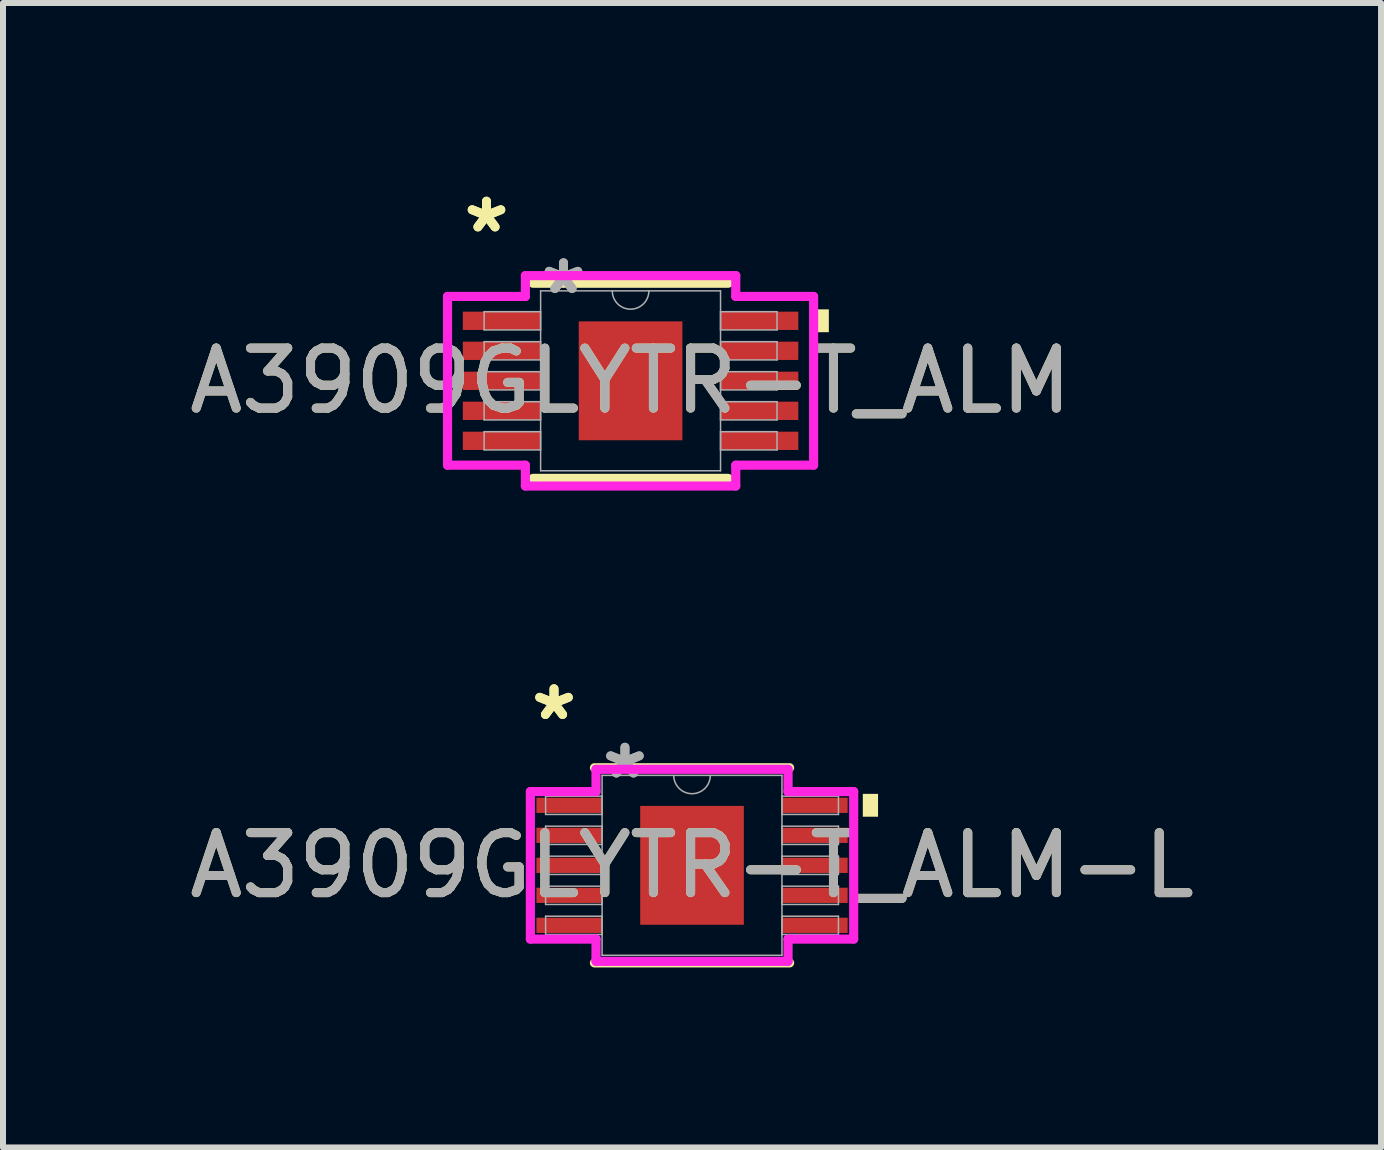
<source format=kicad_pcb>
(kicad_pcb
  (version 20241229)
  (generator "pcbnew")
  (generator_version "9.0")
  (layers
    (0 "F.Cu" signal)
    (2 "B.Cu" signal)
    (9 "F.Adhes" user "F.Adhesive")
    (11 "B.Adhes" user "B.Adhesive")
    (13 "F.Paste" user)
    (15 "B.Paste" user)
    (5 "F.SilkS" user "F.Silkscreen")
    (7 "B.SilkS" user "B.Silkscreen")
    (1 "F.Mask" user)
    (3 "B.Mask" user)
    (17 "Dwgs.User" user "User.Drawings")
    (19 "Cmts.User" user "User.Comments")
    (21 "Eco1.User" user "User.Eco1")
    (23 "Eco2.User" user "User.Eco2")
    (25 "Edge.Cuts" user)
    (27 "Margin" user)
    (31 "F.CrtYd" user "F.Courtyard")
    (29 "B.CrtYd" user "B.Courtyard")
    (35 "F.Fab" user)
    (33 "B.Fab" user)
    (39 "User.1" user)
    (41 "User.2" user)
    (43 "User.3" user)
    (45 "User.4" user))
  (footprint "A3909GLYTR-T_ALM-L"
    (layer "F.Cu")
    (at 8.482 11.37)
    (property "Reference" "A3909GLYTR-T_ALM-L" (at 0 0 0) (unlocked yes) (layer "F.SilkS") (effects (font (size 1 1) (thickness 0.15))))
    (attr smd)
    (fp_line (start -1.626 1.626) (end 1.626 1.626) (stroke (width 0.152) (type solid)) (layer "F.SilkS"))
    (fp_line (start 1.626 -1.626) (end -1.626 -1.626) (stroke (width 0.152) (type solid)) (layer "F.SilkS"))
    (fp_poly (pts (xy 3.1 -1.191) (xy 3.1 -0.81) (xy 2.846 -0.81) (xy 2.846 -1.191)) (stroke (width 0) (type solid)) (fill yes) (layer "F.SilkS"))
    (fp_line (start -2.694 -1.229) (end -1.6 -1.229) (stroke (width 0.152) (type solid)) (layer "F.CrtYd"))
    (fp_line (start -2.694 1.229) (end -2.694 -1.229) (stroke (width 0.152) (type solid)) (layer "F.CrtYd"))
    (fp_line (start -2.694 1.229) (end -1.6 1.229) (stroke (width 0.152) (type solid)) (layer "F.CrtYd"))
    (fp_line (start -1.6 -1.6) (end 1.6 -1.6) (stroke (width 0.152) (type solid)) (layer "F.CrtYd"))
    (fp_line (start -1.6 -1.229) (end -1.6 -1.6) (stroke (width 0.152) (type solid)) (layer "F.CrtYd"))
    (fp_line (start -1.6 1.6) (end -1.6 1.229) (stroke (width 0.152) (type solid)) (layer "F.CrtYd"))
    (fp_line (start 1.6 -1.6) (end 1.6 -1.229) (stroke (width 0.152) (type solid)) (layer "F.CrtYd"))
    (fp_line (start 1.6 1.229) (end 1.6 1.6) (stroke (width 0.152) (type solid)) (layer "F.CrtYd"))
    (fp_line (start 1.6 1.6) (end -1.6 1.6) (stroke (width 0.152) (type solid)) (layer "F.CrtYd"))
    (fp_line (start 2.694 -1.229) (end 1.6 -1.229) (stroke (width 0.152) (type solid)) (layer "F.CrtYd"))
    (fp_line (start 2.694 -1.229) (end 2.694 1.229) (stroke (width 0.152) (type solid)) (layer "F.CrtYd"))
    (fp_line (start 2.694 1.229) (end 1.6 1.229) (stroke (width 0.152) (type solid)) (layer "F.CrtYd"))
    (fp_line (start -2.44 -1.152) (end -2.44 -0.848) (stroke (width 0.025) (type solid)) (layer "F.Fab"))
    (fp_line (start -2.44 -0.848) (end -1.499 -0.848) (stroke (width 0.025) (type solid)) (layer "F.Fab"))
    (fp_line (start -2.44 -0.652) (end -2.44 -0.348) (stroke (width 0.025) (type solid)) (layer "F.Fab"))
    (fp_line (start -2.44 -0.348) (end -1.499 -0.348) (stroke (width 0.025) (type solid)) (layer "F.Fab"))
    (fp_line (start -2.44 -0.152) (end -2.44 0.152) (stroke (width 0.025) (type solid)) (layer "F.Fab"))
    (fp_line (start -2.44 0.152) (end -1.499 0.152) (stroke (width 0.025) (type solid)) (layer "F.Fab"))
    (fp_line (start -2.44 0.348) (end -2.44 0.652) (stroke (width 0.025) (type solid)) (layer "F.Fab"))
    (fp_line (start -2.44 0.652) (end -1.499 0.652) (stroke (width 0.025) (type solid)) (layer "F.Fab"))
    (fp_line (start -2.44 0.848) (end -2.44 1.152) (stroke (width 0.025) (type solid)) (layer "F.Fab"))
    (fp_line (start -2.44 1.152) (end -1.499 1.152) (stroke (width 0.025) (type solid)) (layer "F.Fab"))
    (fp_line (start -1.499 -1.499) (end -1.499 1.499) (stroke (width 0.025) (type solid)) (layer "F.Fab"))
    (fp_line (start -1.499 -1.152) (end -2.44 -1.152) (stroke (width 0.025) (type solid)) (layer "F.Fab"))
    (fp_line (start -1.499 -0.848) (end -1.499 -1.152) (stroke (width 0.025) (type solid)) (layer "F.Fab"))
    (fp_line (start -1.499 -0.652) (end -2.44 -0.652) (stroke (width 0.025) (type solid)) (layer "F.Fab"))
    (fp_line (start -1.499 -0.348) (end -1.499 -0.652) (stroke (width 0.025) (type solid)) (layer "F.Fab"))
    (fp_line (start -1.499 -0.152) (end -2.44 -0.152) (stroke (width 0.025) (type solid)) (layer "F.Fab"))
    (fp_line (start -1.499 0.152) (end -1.499 -0.152) (stroke (width 0.025) (type solid)) (layer "F.Fab"))
    (fp_line (start -1.499 0.348) (end -2.44 0.348) (stroke (width 0.025) (type solid)) (layer "F.Fab"))
    (fp_line (start -1.499 0.652) (end -1.499 0.348) (stroke (width 0.025) (type solid)) (layer "F.Fab"))
    (fp_line (start -1.499 0.848) (end -2.44 0.848) (stroke (width 0.025) (type solid)) (layer "F.Fab"))
    (fp_line (start -1.499 1.152) (end -1.499 0.848) (stroke (width 0.025) (type solid)) (layer "F.Fab"))
    (fp_line (start -1.499 1.499) (end 1.499 1.499) (stroke (width 0.025) (type solid)) (layer "F.Fab"))
    (fp_line (start 1.499 -1.499) (end -1.499 -1.499) (stroke (width 0.025) (type solid)) (layer "F.Fab"))
    (fp_line (start 1.499 -1.152) (end 1.499 -0.848) (stroke (width 0.025) (type solid)) (layer "F.Fab"))
    (fp_line (start 1.499 -0.848) (end 2.44 -0.848) (stroke (width 0.025) (type solid)) (layer "F.Fab"))
    (fp_line (start 1.499 -0.652) (end 1.499 -0.348) (stroke (width 0.025) (type solid)) (layer "F.Fab"))
    (fp_line (start 1.499 -0.348) (end 2.44 -0.348) (stroke (width 0.025) (type solid)) (layer "F.Fab"))
    (fp_line (start 1.499 -0.152) (end 1.499 0.152) (stroke (width 0.025) (type solid)) (layer "F.Fab"))
    (fp_line (start 1.499 0.152) (end 2.44 0.152) (stroke (width 0.025) (type solid)) (layer "F.Fab"))
    (fp_line (start 1.499 0.348) (end 1.499 0.652) (stroke (width 0.025) (type solid)) (layer "F.Fab"))
    (fp_line (start 1.499 0.652) (end 2.44 0.652) (stroke (width 0.025) (type solid)) (layer "F.Fab"))
    (fp_line (start 1.499 0.848) (end 1.499 1.152) (stroke (width 0.025) (type solid)) (layer "F.Fab"))
    (fp_line (start 1.499 1.152) (end 2.44 1.152) (stroke (width 0.025) (type solid)) (layer "F.Fab"))
    (fp_line (start 1.499 1.499) (end 1.499 -1.499) (stroke (width 0.025) (type solid)) (layer "F.Fab"))
    (fp_line (start 2.44 -1.152) (end 1.499 -1.152) (stroke (width 0.025) (type solid)) (layer "F.Fab"))
    (fp_line (start 2.44 -0.848) (end 2.44 -1.152) (stroke (width 0.025) (type solid)) (layer "F.Fab"))
    (fp_line (start 2.44 -0.652) (end 1.499 -0.652) (stroke (width 0.025) (type solid)) (layer "F.Fab"))
    (fp_line (start 2.44 -0.348) (end 2.44 -0.652) (stroke (width 0.025) (type solid)) (layer "F.Fab"))
    (fp_line (start 2.44 -0.152) (end 1.499 -0.152) (stroke (width 0.025) (type solid)) (layer "F.Fab"))
    (fp_line (start 2.44 0.152) (end 2.44 -0.152) (stroke (width 0.025) (type solid)) (layer "F.Fab"))
    (fp_line (start 2.44 0.348) (end 1.499 0.348) (stroke (width 0.025) (type solid)) (layer "F.Fab"))
    (fp_line (start 2.44 0.652) (end 2.44 0.348) (stroke (width 0.025) (type solid)) (layer "F.Fab"))
    (fp_line (start 2.44 0.848) (end 1.499 0.848) (stroke (width 0.025) (type solid)) (layer "F.Fab"))
    (fp_line (start 2.44 1.152) (end 2.44 0.848) (stroke (width 0.025) (type solid)) (layer "F.Fab"))
    (fp_arc (start 0.3048 -1.4986) (mid 0 -1.1938) (end -0.3048 -1.4986) (stroke (width 0.0254) (type solid)) (layer "F.Fab"))
    (fp_text user "*" (at -2.3 -2.397 0) (unlocked yes) (layer "F.SilkS") (effects (font (size 1 1) (thickness 0.15))))
    (fp_text user "*" (at -2.3 -2.397 0) (layer "F.SilkS") (effects (font (size 1 1) (thickness 0.15))))
    (fp_text user "*" (at -1.118 -1.422 0) (unlocked yes) (layer "F.Fab") (effects (font (size 1 1) (thickness 0.15))))
    (fp_text user "${REFERENCE}" (at 0 0 0) (unlocked yes) (layer "F.Fab") (effects (font (size 1 1) (thickness 0.15))))
    (fp_text user "*" (at -1.118 -1.422 0) (layer "F.Fab") (effects (font (size 1 1) (thickness 0.15))))
    (pad "1" smd rect (at -2.046 -1) (size 1.094 0.254) (layers "F.Cu" "F.Mask" "F.Paste"))
    (pad "2" smd rect (at -2.046 -0.5) (size 1.094 0.254) (layers "F.Cu" "F.Mask" "F.Paste"))
    (pad "3" smd rect (at -2.046 0) (size 1.094 0.254) (layers "F.Cu" "F.Mask" "F.Paste"))
    (pad "4" smd rect (at -2.046 0.5) (size 1.094 0.254) (layers "F.Cu" "F.Mask" "F.Paste"))
    (pad "5" smd rect (at -2.046 1) (size 1.094 0.254) (layers "F.Cu" "F.Mask" "F.Paste"))
    (pad "6" smd rect (at 2.046 1) (size 1.094 0.254) (layers "F.Cu" "F.Mask" "F.Paste"))
    (pad "7" smd rect (at 2.046 0.5) (size 1.094 0.254) (layers "F.Cu" "F.Mask" "F.Paste"))
    (pad "8" smd rect (at 2.046 0) (size 1.094 0.254) (layers "F.Cu" "F.Mask" "F.Paste"))
    (pad "9" smd rect (at 2.046 -0.5) (size 1.094 0.254) (layers "F.Cu" "F.Mask" "F.Paste"))
    (pad "10" smd rect (at 2.046 -1) (size 1.094 0.254) (layers "F.Cu" "F.Mask" "F.Paste"))
    (pad "EPAD" smd rect (at 0 0) (size 1.727 1.981) (layers "F.Cu" "F.Mask" "F.Paste")))
  (footprint "A3909GLYTR-T_ALM"
    (layer "F.Cu")
    (at 7.458 3.296)
    (property "Reference" "A3909GLYTR-T_ALM" (at 0 0 0) (unlocked yes) (layer "F.SilkS") (effects (font (size 1 1) (thickness 0.15))))
    (attr smd)
    (fp_line (start -1.626 1.626) (end 1.626 1.626) (stroke (width 0.152) (type solid)) (layer "F.SilkS"))
    (fp_line (start 1.626 -1.626) (end -1.626 -1.626) (stroke (width 0.152) (type solid)) (layer "F.SilkS"))
    (fp_poly (pts (xy 3.304 -1.191) (xy 3.304 -0.81) (xy 3.05 -0.81) (xy 3.05 -1.191)) (stroke (width 0) (type solid)) (fill yes) (layer "F.SilkS"))
    (fp_line (start -3.05 -1.406) (end -1.753 -1.406) (stroke (width 0.152) (type solid)) (layer "F.CrtYd"))
    (fp_line (start -3.05 1.406) (end -3.05 -1.406) (stroke (width 0.152) (type solid)) (layer "F.CrtYd"))
    (fp_line (start -3.05 1.406) (end -1.753 1.406) (stroke (width 0.152) (type solid)) (layer "F.CrtYd"))
    (fp_line (start -1.753 -1.753) (end 1.753 -1.753) (stroke (width 0.152) (type solid)) (layer "F.CrtYd"))
    (fp_line (start -1.753 -1.406) (end -1.753 -1.753) (stroke (width 0.152) (type solid)) (layer "F.CrtYd"))
    (fp_line (start -1.753 1.753) (end -1.753 1.406) (stroke (width 0.152) (type solid)) (layer "F.CrtYd"))
    (fp_line (start 1.753 -1.753) (end 1.753 -1.406) (stroke (width 0.152) (type solid)) (layer "F.CrtYd"))
    (fp_line (start 1.753 1.406) (end 1.753 1.753) (stroke (width 0.152) (type solid)) (layer "F.CrtYd"))
    (fp_line (start 1.753 1.753) (end -1.753 1.753) (stroke (width 0.152) (type solid)) (layer "F.CrtYd"))
    (fp_line (start 3.05 -1.406) (end 1.753 -1.406) (stroke (width 0.152) (type solid)) (layer "F.CrtYd"))
    (fp_line (start 3.05 -1.406) (end 3.05 1.406) (stroke (width 0.152) (type solid)) (layer "F.CrtYd"))
    (fp_line (start 3.05 1.406) (end 1.753 1.406) (stroke (width 0.152) (type solid)) (layer "F.CrtYd"))
    (fp_line (start -2.44 -1.152) (end -2.44 -0.848) (stroke (width 0.025) (type solid)) (layer "F.Fab"))
    (fp_line (start -2.44 -0.848) (end -1.499 -0.848) (stroke (width 0.025) (type solid)) (layer "F.Fab"))
    (fp_line (start -2.44 -0.652) (end -2.44 -0.348) (stroke (width 0.025) (type solid)) (layer "F.Fab"))
    (fp_line (start -2.44 -0.348) (end -1.499 -0.348) (stroke (width 0.025) (type solid)) (layer "F.Fab"))
    (fp_line (start -2.44 -0.152) (end -2.44 0.152) (stroke (width 0.025) (type solid)) (layer "F.Fab"))
    (fp_line (start -2.44 0.152) (end -1.499 0.152) (stroke (width 0.025) (type solid)) (layer "F.Fab"))
    (fp_line (start -2.44 0.348) (end -2.44 0.652) (stroke (width 0.025) (type solid)) (layer "F.Fab"))
    (fp_line (start -2.44 0.652) (end -1.499 0.652) (stroke (width 0.025) (type solid)) (layer "F.Fab"))
    (fp_line (start -2.44 0.848) (end -2.44 1.152) (stroke (width 0.025) (type solid)) (layer "F.Fab"))
    (fp_line (start -2.44 1.152) (end -1.499 1.152) (stroke (width 0.025) (type solid)) (layer "F.Fab"))
    (fp_line (start -1.499 -1.499) (end -1.499 1.499) (stroke (width 0.025) (type solid)) (layer "F.Fab"))
    (fp_line (start -1.499 -1.152) (end -2.44 -1.152) (stroke (width 0.025) (type solid)) (layer "F.Fab"))
    (fp_line (start -1.499 -0.848) (end -1.499 -1.152) (stroke (width 0.025) (type solid)) (layer "F.Fab"))
    (fp_line (start -1.499 -0.652) (end -2.44 -0.652) (stroke (width 0.025) (type solid)) (layer "F.Fab"))
    (fp_line (start -1.499 -0.348) (end -1.499 -0.652) (stroke (width 0.025) (type solid)) (layer "F.Fab"))
    (fp_line (start -1.499 -0.152) (end -2.44 -0.152) (stroke (width 0.025) (type solid)) (layer "F.Fab"))
    (fp_line (start -1.499 0.152) (end -1.499 -0.152) (stroke (width 0.025) (type solid)) (layer "F.Fab"))
    (fp_line (start -1.499 0.348) (end -2.44 0.348) (stroke (width 0.025) (type solid)) (layer "F.Fab"))
    (fp_line (start -1.499 0.652) (end -1.499 0.348) (stroke (width 0.025) (type solid)) (layer "F.Fab"))
    (fp_line (start -1.499 0.848) (end -2.44 0.848) (stroke (width 0.025) (type solid)) (layer "F.Fab"))
    (fp_line (start -1.499 1.152) (end -1.499 0.848) (stroke (width 0.025) (type solid)) (layer "F.Fab"))
    (fp_line (start -1.499 1.499) (end 1.499 1.499) (stroke (width 0.025) (type solid)) (layer "F.Fab"))
    (fp_line (start 1.499 -1.499) (end -1.499 -1.499) (stroke (width 0.025) (type solid)) (layer "F.Fab"))
    (fp_line (start 1.499 -1.152) (end 1.499 -0.848) (stroke (width 0.025) (type solid)) (layer "F.Fab"))
    (fp_line (start 1.499 -0.848) (end 2.44 -0.848) (stroke (width 0.025) (type solid)) (layer "F.Fab"))
    (fp_line (start 1.499 -0.652) (end 1.499 -0.348) (stroke (width 0.025) (type solid)) (layer "F.Fab"))
    (fp_line (start 1.499 -0.348) (end 2.44 -0.348) (stroke (width 0.025) (type solid)) (layer "F.Fab"))
    (fp_line (start 1.499 -0.152) (end 1.499 0.152) (stroke (width 0.025) (type solid)) (layer "F.Fab"))
    (fp_line (start 1.499 0.152) (end 2.44 0.152) (stroke (width 0.025) (type solid)) (layer "F.Fab"))
    (fp_line (start 1.499 0.348) (end 1.499 0.652) (stroke (width 0.025) (type solid)) (layer "F.Fab"))
    (fp_line (start 1.499 0.652) (end 2.44 0.652) (stroke (width 0.025) (type solid)) (layer "F.Fab"))
    (fp_line (start 1.499 0.848) (end 1.499 1.152) (stroke (width 0.025) (type solid)) (layer "F.Fab"))
    (fp_line (start 1.499 1.152) (end 2.44 1.152) (stroke (width 0.025) (type solid)) (layer "F.Fab"))
    (fp_line (start 1.499 1.499) (end 1.499 -1.499) (stroke (width 0.025) (type solid)) (layer "F.Fab"))
    (fp_line (start 2.44 -1.152) (end 1.499 -1.152) (stroke (width 0.025) (type solid)) (layer "F.Fab"))
    (fp_line (start 2.44 -0.848) (end 2.44 -1.152) (stroke (width 0.025) (type solid)) (layer "F.Fab"))
    (fp_line (start 2.44 -0.652) (end 1.499 -0.652) (stroke (width 0.025) (type solid)) (layer "F.Fab"))
    (fp_line (start 2.44 -0.348) (end 2.44 -0.652) (stroke (width 0.025) (type solid)) (layer "F.Fab"))
    (fp_line (start 2.44 -0.152) (end 1.499 -0.152) (stroke (width 0.025) (type solid)) (layer "F.Fab"))
    (fp_line (start 2.44 0.152) (end 2.44 -0.152) (stroke (width 0.025) (type solid)) (layer "F.Fab"))
    (fp_line (start 2.44 0.348) (end 1.499 0.348) (stroke (width 0.025) (type solid)) (layer "F.Fab"))
    (fp_line (start 2.44 0.652) (end 2.44 0.348) (stroke (width 0.025) (type solid)) (layer "F.Fab"))
    (fp_line (start 2.44 0.848) (end 1.499 0.848) (stroke (width 0.025) (type solid)) (layer "F.Fab"))
    (fp_line (start 2.44 1.152) (end 2.44 0.848) (stroke (width 0.025) (type solid)) (layer "F.Fab"))
    (fp_arc (start 0.3048 -1.4986) (mid 0 -1.1938) (end -0.3048 -1.4986) (stroke (width 0.0254) (type solid)) (layer "F.Fab"))
    (fp_text user "*" (at -2.401 -2.448 0) (layer "F.SilkS") (effects (font (size 1 1) (thickness 0.15))))
    (fp_text user "*" (at -2.401 -2.448 0) (unlocked yes) (layer "F.SilkS") (effects (font (size 1 1) (thickness 0.15))))
    (fp_text user "${REFERENCE}" (at 0 0 0) (unlocked yes) (layer "F.Fab") (effects (font (size 1 1) (thickness 0.15))))
    (fp_text user "*" (at -1.118 -1.422 0) (unlocked yes) (layer "F.Fab") (effects (font (size 1 1) (thickness 0.15))))
    (fp_text user "*" (at -1.118 -1.422 0) (layer "F.Fab") (effects (font (size 1 1) (thickness 0.15))))
    (pad "1" smd rect (at -2.147 -1) (size 1.297 0.305) (layers "F.Cu" "F.Mask" "F.Paste"))
    (pad "2" smd rect (at -2.147 -0.5) (size 1.297 0.305) (layers "F.Cu" "F.Mask" "F.Paste"))
    (pad "3" smd rect (at -2.147 0) (size 1.297 0.305) (layers "F.Cu" "F.Mask" "F.Paste"))
    (pad "4" smd rect (at -2.147 0.5) (size 1.297 0.305) (layers "F.Cu" "F.Mask" "F.Paste"))
    (pad "5" smd rect (at -2.147 1) (size 1.297 0.305) (layers "F.Cu" "F.Mask" "F.Paste"))
    (pad "6" smd rect (at 2.147 1) (size 1.297 0.305) (layers "F.Cu" "F.Mask" "F.Paste"))
    (pad "7" smd rect (at 2.147 0.5) (size 1.297 0.305) (layers "F.Cu" "F.Mask" "F.Paste"))
    (pad "8" smd rect (at 2.147 0) (size 1.297 0.305) (layers "F.Cu" "F.Mask" "F.Paste"))
    (pad "9" smd rect (at 2.147 -0.5) (size 1.297 0.305) (layers "F.Cu" "F.Mask" "F.Paste"))
    (pad "10" smd rect (at 2.147 -1) (size 1.297 0.305) (layers "F.Cu" "F.Mask" "F.Paste"))
    (pad "EPAD" smd rect (at 0 0) (size 1.727 1.981) (layers "F.Cu" "F.Mask" "F.Paste")))
  (gr_rect
    (start -3 -3)
    (end 19.964 16.072)
    (stroke (width 0.1) (type default))
    (fill no)
    (layer "Edge.Cuts")))
</source>
